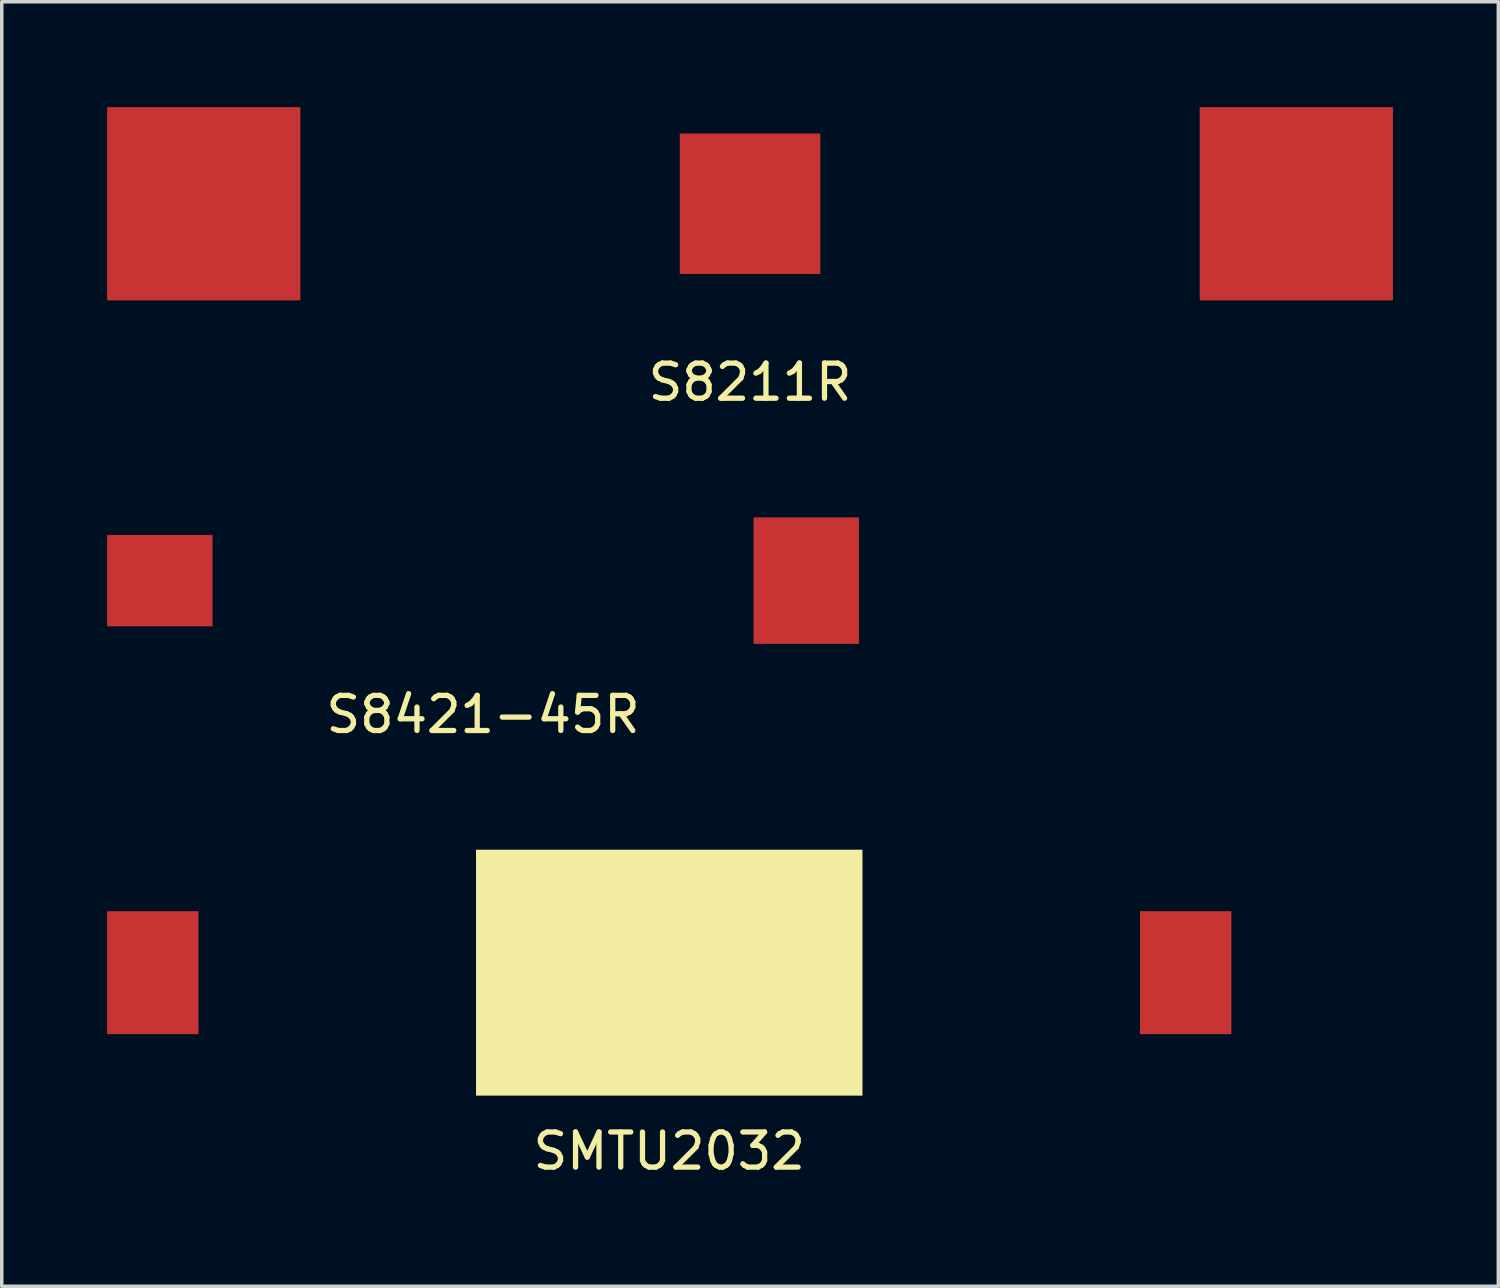
<source format=kicad_pcb>
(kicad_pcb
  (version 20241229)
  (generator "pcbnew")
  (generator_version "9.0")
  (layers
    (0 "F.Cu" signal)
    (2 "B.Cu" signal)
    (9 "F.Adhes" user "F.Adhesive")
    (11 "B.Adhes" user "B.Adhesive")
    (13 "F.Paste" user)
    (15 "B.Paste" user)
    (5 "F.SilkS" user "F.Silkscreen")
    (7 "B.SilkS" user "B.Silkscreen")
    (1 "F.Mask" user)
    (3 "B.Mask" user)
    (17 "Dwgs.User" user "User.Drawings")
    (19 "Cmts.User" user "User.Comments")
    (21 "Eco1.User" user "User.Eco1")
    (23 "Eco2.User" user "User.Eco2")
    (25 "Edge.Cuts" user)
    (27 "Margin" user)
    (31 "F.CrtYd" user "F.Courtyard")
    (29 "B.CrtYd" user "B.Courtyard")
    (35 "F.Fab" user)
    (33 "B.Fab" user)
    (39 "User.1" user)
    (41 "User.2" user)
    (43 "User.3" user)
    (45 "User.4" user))
  (footprint "SMTU2032"
    (layer "F.Cu")
    (at 16 24.637)
    (property "Reference" "SMTU2032" (at 0 5.08 0) (layer "F.SilkS") (effects (font (size 1 1) (thickness 0.15))))
    (attr through_hole)
    (pad "" smd rect (at 0 0) (size 11 7) (layers "F.SilkS"))
    (pad "1" smd rect (at 14.7 0) (size 2.6 3.5) (layers "F.Cu" "F.Mask" "F.Paste"))
    (pad "2" smd rect (at -14.7 0) (size 2.6 3.5) (layers "F.Cu" "F.Mask" "F.Paste")))
  (footprint "S8211R"
    (layer "F.Cu")
    (at 18.3 2.75)
    (property "Reference" "S8211R" (at 0 5.08 0) (layer "F.SilkS") (effects (font (size 1 1) (thickness 0.15))))
    (attr through_hole)
    (pad "1" smd rect (at 15.55 0) (size 5.5 5.5) (layers "F.Cu" "F.Mask" "F.Paste"))
    (pad "2" smd rect (at -15.55 0) (size 5.5 5.5) (layers "F.Cu" "F.Mask" "F.Paste"))
    (pad "3" smd rect (at 0 0) (size 4 4) (layers "F.Cu" "F.Mask" "F.Paste")))
  (footprint "S8421-45R"
    (layer "F.Cu")
    (at 10.7 13.478)
    (property "Reference" "S8421-45R" (at 0 3.81 0) (layer "F.SilkS") (effects (font (size 1 1) (thickness 0.15))))
    (attr through_hole)
    (pad "1" smd rect (at 9.2 0) (size 3 3.6) (layers "F.Cu" "F.Mask" "F.Paste"))
    (pad "2" smd rect (at -9.2 0) (size 3 2.6) (layers "F.Cu" "F.Mask" "F.Paste")))
  (gr_rect
    (start -3 -3)
    (end 39.6 33.565)
    (stroke (width 0.1) (type default))
    (fill no)
    (layer "Edge.Cuts")))
</source>
